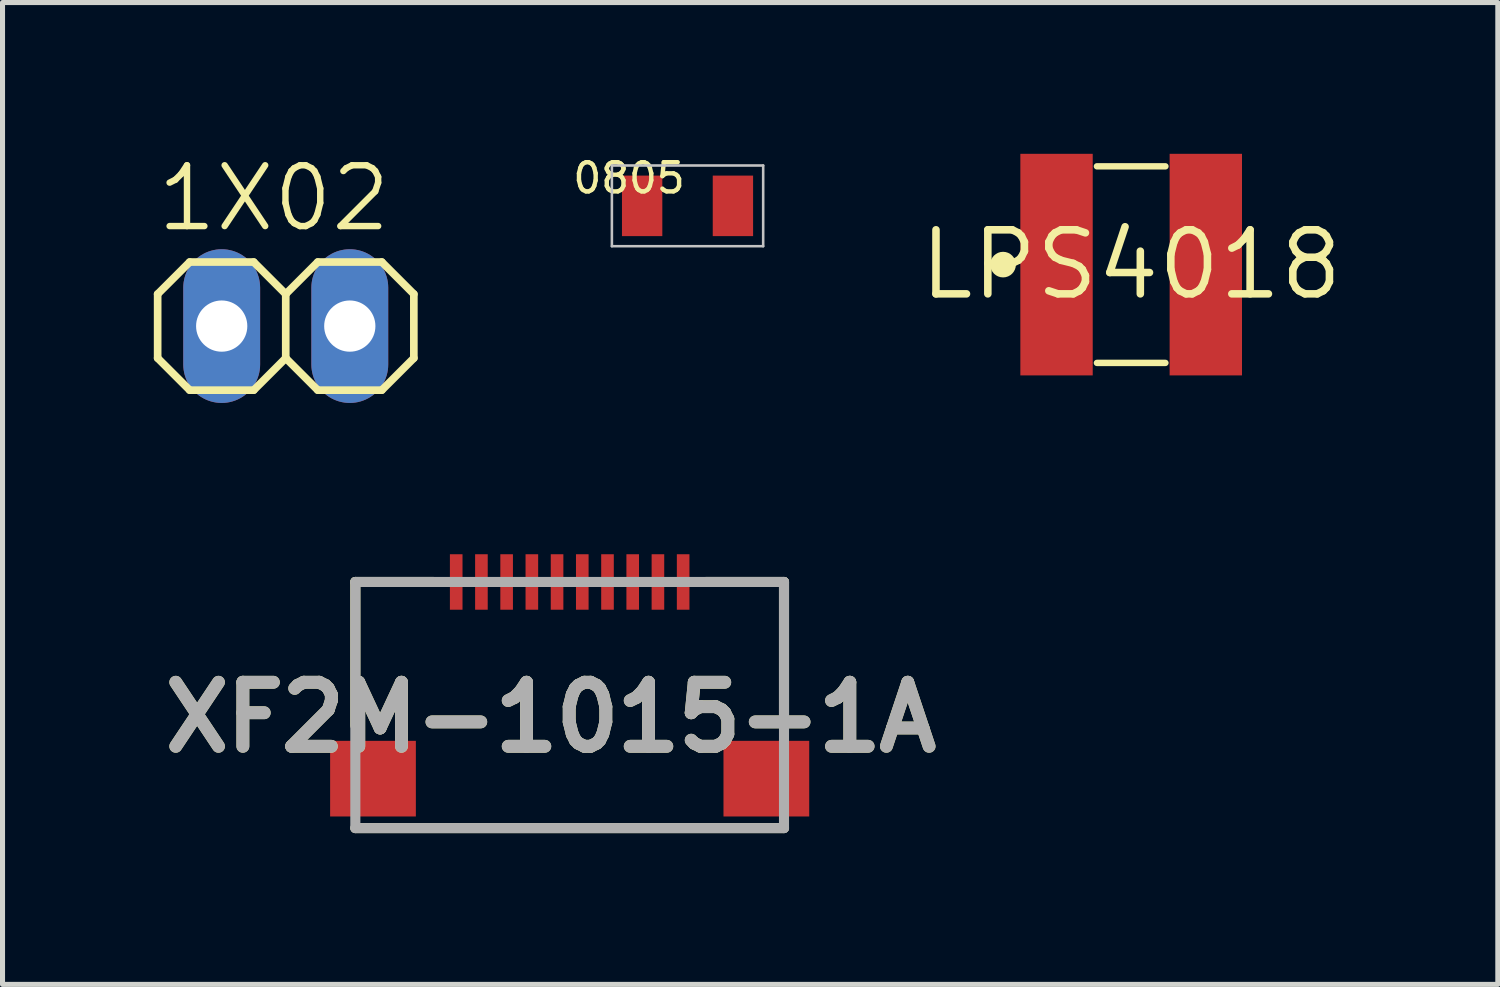
<source format=kicad_pcb>
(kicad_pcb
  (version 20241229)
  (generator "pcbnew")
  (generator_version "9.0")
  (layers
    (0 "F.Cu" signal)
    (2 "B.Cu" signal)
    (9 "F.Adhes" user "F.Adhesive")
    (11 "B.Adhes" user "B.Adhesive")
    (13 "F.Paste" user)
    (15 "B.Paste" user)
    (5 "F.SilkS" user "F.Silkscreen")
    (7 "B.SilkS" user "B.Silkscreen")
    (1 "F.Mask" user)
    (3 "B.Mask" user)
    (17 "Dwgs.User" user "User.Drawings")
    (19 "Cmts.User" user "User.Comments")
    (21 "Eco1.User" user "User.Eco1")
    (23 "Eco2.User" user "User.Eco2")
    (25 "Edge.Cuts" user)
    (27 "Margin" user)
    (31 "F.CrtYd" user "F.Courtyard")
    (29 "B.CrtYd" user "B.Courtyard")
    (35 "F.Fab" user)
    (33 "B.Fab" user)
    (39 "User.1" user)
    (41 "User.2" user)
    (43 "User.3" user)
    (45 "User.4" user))
  (footprint "1X02"
    (layer "F.Cu")
    (at 2.616 3.416)
    (property "Reference" "1X02" (at -2.616 -1.829 0) (layer "F.SilkS") (effects (font (size 1.206 1.206) (thickness 0.127)) (justify left bottom)))
    (attr through_hole)
    (fp_line (start -2.54 -0.635) (end -2.54 0.635) (stroke (width 0.152) (type solid)) (layer "F.SilkS"))
    (fp_line (start -2.54 0.635) (end -1.905 1.27) (stroke (width 0.152) (type solid)) (layer "F.SilkS"))
    (fp_line (start -1.905 -1.27) (end -2.54 -0.635) (stroke (width 0.152) (type solid)) (layer "F.SilkS"))
    (fp_line (start -1.905 -1.27) (end -0.635 -1.27) (stroke (width 0.152) (type solid)) (layer "F.SilkS"))
    (fp_line (start -0.635 -1.27) (end 0 -0.635) (stroke (width 0.152) (type solid)) (layer "F.SilkS"))
    (fp_line (start -0.635 1.27) (end -1.905 1.27) (stroke (width 0.152) (type solid)) (layer "F.SilkS"))
    (fp_line (start 0 -0.635) (end 0 0.635) (stroke (width 0.152) (type solid)) (layer "F.SilkS"))
    (fp_line (start 0 -0.635) (end 0.635 -1.27) (stroke (width 0.152) (type solid)) (layer "F.SilkS"))
    (fp_line (start 0 0.635) (end -0.635 1.27) (stroke (width 0.152) (type solid)) (layer "F.SilkS"))
    (fp_line (start 0.635 -1.27) (end 1.905 -1.27) (stroke (width 0.152) (type solid)) (layer "F.SilkS"))
    (fp_line (start 0.635 1.27) (end 0 0.635) (stroke (width 0.152) (type solid)) (layer "F.SilkS"))
    (fp_line (start 1.905 -1.27) (end 2.54 -0.635) (stroke (width 0.152) (type solid)) (layer "F.SilkS"))
    (fp_line (start 1.905 1.27) (end 0.635 1.27) (stroke (width 0.152) (type solid)) (layer "F.SilkS"))
    (fp_line (start 2.54 -0.635) (end 2.54 0.635) (stroke (width 0.152) (type solid)) (layer "F.SilkS"))
    (fp_line (start 2.54 0.635) (end 1.905 1.27) (stroke (width 0.152) (type solid)) (layer "F.SilkS"))
    (fp_poly (pts (xy -1.524 0.254) (xy -1.016 0.254) (xy -1.016 -0.254) (xy -1.524 -0.254)) (stroke (width 0.1) (type solid)) (fill no) (layer "F.Fab"))
    (fp_poly (pts (xy 1.016 0.254) (xy 1.524 0.254) (xy 1.524 -0.254) (xy 1.016 -0.254)) (stroke (width 0.1) (type solid)) (fill no) (layer "F.Fab"))
    (pad "1" thru_hole oval (at -1.27 0 90) (size 3.048 1.524) (drill 1.016) (layers "*.Cu" "*.Mask"))
    (pad "2" thru_hole oval (at 1.27 0 90) (size 3.048 1.524) (drill 1.016) (layers "*.Cu" "*.Mask")))
  (footprint "LPS4018"
    (layer "F.Cu")
    (at 19.38 2.197)
    (property "Reference" "LPS4018" (at 0 0 0) (layer "F.SilkS") (effects (font (size 1.27 1.27) (thickness 0.15))))
    (attr through_hole)
    (fp_line (start -0.679 1.949) (end 0.679 1.949) (stroke (width 0.127) (type solid)) (layer "F.SilkS"))
    (fp_line (start 0.679 -1.949) (end -0.679 -1.949) (stroke (width 0.127) (type solid)) (layer "F.SilkS"))
    (fp_circle (center -2.54 0) (end -2.413 0) (stroke (width 0.254) (type solid)) (fill no) (layer "F.SilkS"))
    (pad "1" smd rect (at -1.48 0) (size 1.435 4.394) (layers "F.Cu" "F.Mask" "F.Paste"))
    (pad "2" smd rect (at 1.48 0) (size 1.435 4.394) (layers "F.Cu" "F.Mask" "F.Paste")))
  (footprint "0805"
    (layer "F.Cu")
    (at 10.583 1.032)
    (property "Reference" "0805" (at 0 -0.889 180) (layer "F.SilkS") (effects (font (size 0.579 0.579) (thickness 0.087)) (justify right top)))
    (attr through_hole)
    (fp_line (start -1.5 -0.8) (end 1.5 -0.8) (stroke (width 0.051) (type solid)) (layer "Dwgs.User"))
    (fp_line (start -1.5 0.8) (end -1.5 -0.8) (stroke (width 0.051) (type solid)) (layer "Dwgs.User"))
    (fp_line (start 1.5 -0.8) (end 1.5 0.8) (stroke (width 0.051) (type solid)) (layer "Dwgs.User"))
    (fp_line (start 1.5 0.8) (end -1.5 0.8) (stroke (width 0.051) (type solid)) (layer "Dwgs.User"))
    (pad "1" smd rect (at -0.9 0) (size 0.8 1.2) (layers "F.Cu" "F.Mask" "F.Paste"))
    (pad "2" smd rect (at 0.9 0) (size 0.8 1.2) (layers "F.Cu" "F.Mask" "F.Paste")))
  (footprint "XF2M-1015-1A"
    (layer "F.Cu")
    (at 8.246 8.49)
    (property "Reference" "XF2M-1015-1A" (at -0.372 2.684 0) (layer "F.SilkS") (effects (font (size 1.27 1.27) (thickness 0.254))))
    (attr smd)
    (fp_line (start -4.25 0) (end -4.25 2.85) (stroke (width 0.2) (type solid)) (layer "F.SilkS"))
    (fp_line (start -4.25 0) (end -2.7 0) (stroke (width 0.2) (type solid)) (layer "F.SilkS"))
    (fp_line (start -4.25 4.88) (end 4.25 4.88) (stroke (width 0.2) (type solid)) (layer "F.SilkS"))
    (fp_line (start 4.25 0) (end 2.7 0) (stroke (width 0.2) (type solid)) (layer "F.SilkS"))
    (fp_line (start 4.25 0) (end 4.25 2.85) (stroke (width 0.2) (type solid)) (layer "F.SilkS"))
    (fp_line (start -4.25 0) (end 4.25 0) (stroke (width 0.2) (type solid)) (layer "F.Fab"))
    (fp_line (start -4.25 4.88) (end -4.25 0) (stroke (width 0.2) (type solid)) (layer "F.Fab"))
    (fp_line (start 4.25 0) (end 4.25 4.88) (stroke (width 0.2) (type solid)) (layer "F.Fab"))
    (fp_line (start 4.25 4.88) (end -4.25 4.88) (stroke (width 0.2) (type solid)) (layer "F.Fab"))
    (fp_text user "${REFERENCE}" (at -0.372 2.684 0) (layer "F.Fab") (effects (font (size 1.27 1.27) (thickness 0.254))))
    (pad "1" smd rect (at -2.25 0) (size 0.25 1.1) (layers "F.Cu" "F.Mask" "F.Paste"))
    (pad "2" smd rect (at -1.75 0) (size 0.25 1.1) (layers "F.Cu" "F.Mask" "F.Paste"))
    (pad "3" smd rect (at -1.25 0) (size 0.25 1.1) (layers "F.Cu" "F.Mask" "F.Paste"))
    (pad "4" smd rect (at -0.75 0) (size 0.25 1.1) (layers "F.Cu" "F.Mask" "F.Paste"))
    (pad "5" smd rect (at -0.25 0) (size 0.25 1.1) (layers "F.Cu" "F.Mask" "F.Paste"))
    (pad "6" smd rect (at 0.25 0) (size 0.25 1.1) (layers "F.Cu" "F.Mask" "F.Paste"))
    (pad "7" smd rect (at 0.75 0) (size 0.25 1.1) (layers "F.Cu" "F.Mask" "F.Paste"))
    (pad "8" smd rect (at 1.25 0) (size 0.25 1.1) (layers "F.Cu" "F.Mask" "F.Paste"))
    (pad "9" smd rect (at 1.75 0) (size 0.25 1.1) (layers "F.Cu" "F.Mask" "F.Paste"))
    (pad "10" smd rect (at 2.25 0) (size 0.25 1.1) (layers "F.Cu" "F.Mask" "F.Paste"))
    (pad "11" smd rect (at -3.9 3.9 90) (size 1.5 1.7) (layers "F.Cu" "F.Mask" "F.Paste"))
    (pad "12" smd rect (at 3.9 3.9 90) (size 1.5 1.7) (layers "F.Cu" "F.Mask" "F.Paste")))
  (gr_rect
    (start -3 -3)
    (end 26.65 16.47)
    (stroke (width 0.1) (type default))
    (fill no)
    (layer "Edge.Cuts")))
</source>
